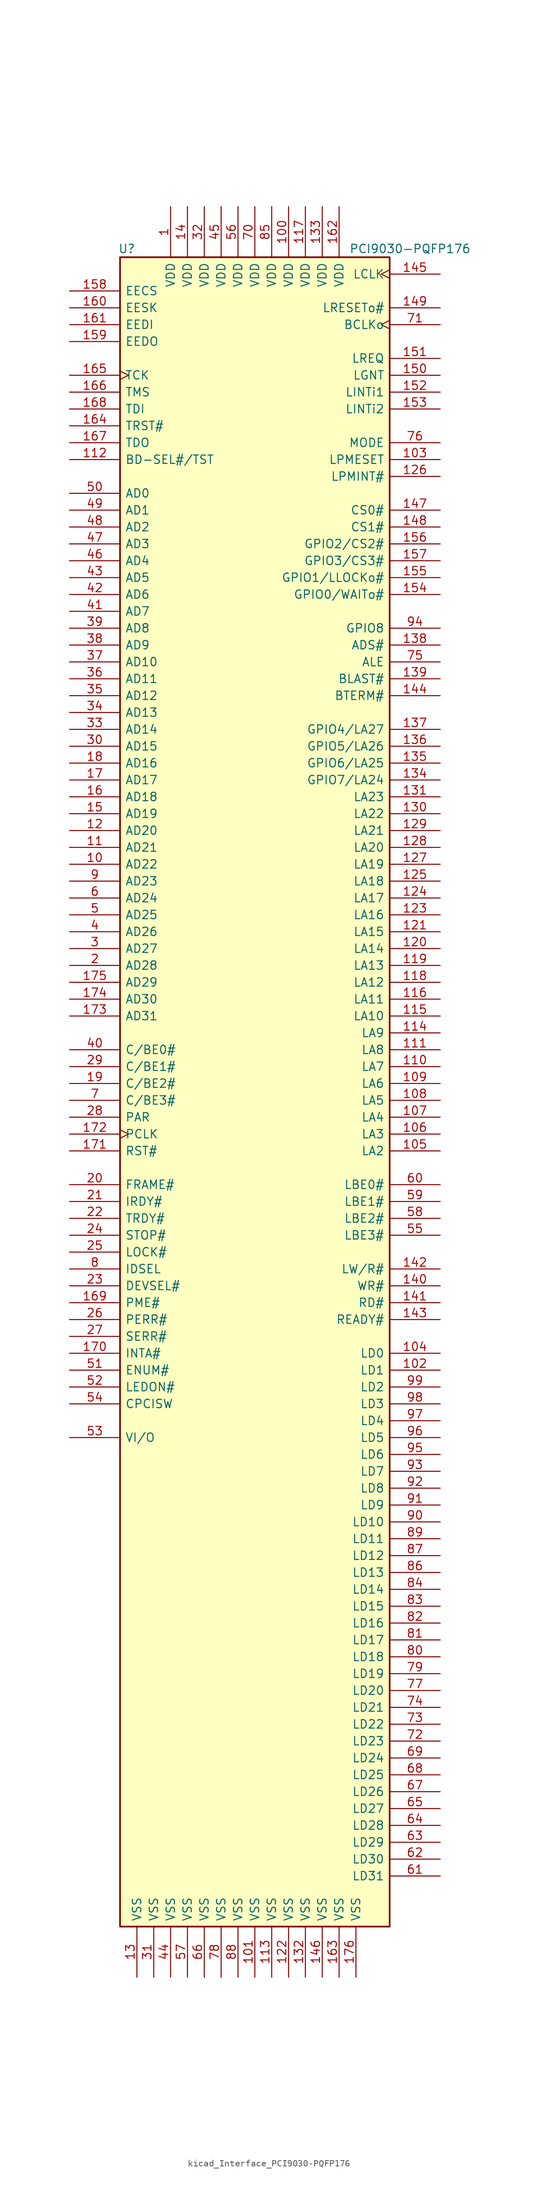
<source format=kicad_sym>
(kicad_symbol_lib
  (version 20220914)
  (generator kicad_symbol_editor)
  (symbol "kicad_Interface_PCI9030-PQFP176"
    (pin_names
      (offset 0.762))
    (property "Reference" "U"
      (at -19.304 125.73 0)
      (effects (font (size 1.27 1.27))))
    (property "Value" "PCI9030-PQFP176"
      (at 14.224 125.73 0)
      (effects (font (size 1.27 1.27)) (justify left)))
    (symbol "kicad_Interface_PCI9030-PQFP176_1_1"
      (rectangle (start 20.32 -127) (end -20.32 124.46) (stroke (width 0.254) (type default)) (fill (type background)))
      (pin power_in line (at -12.7 132.08 270) (length 7.62) (name "VDD" (effects (font (size 1.27 1.27)))) (number "1" (effects (font (size 1.27 1.27)))))
      (pin bidirectional line (at -27.94 33.02 0) (length 7.62) (name "AD22" (effects (font (size 1.27 1.27)))) (number "10" (effects (font (size 1.27 1.27)))))
      (pin power_in line (at 5.08 132.08 270) (length 7.62) (name "VDD" (effects (font (size 1.27 1.27)))) (number "100" (effects (font (size 1.27 1.27)))))
      (pin power_in line (at 0 -134.62 90) (length 7.62) (name "VSS" (effects (font (size 1.27 1.27)))) (number "101" (effects (font (size 1.27 1.27)))))
      (pin bidirectional line (at 27.94 -43.18 180) (length 7.62) (name "LD1" (effects (font (size 1.27 1.27)))) (number "102" (effects (font (size 1.27 1.27)))))
      (pin input line (at 27.94 93.98 180) (length 7.62) (name "LPMESET" (effects (font (size 1.27 1.27)))) (number "103" (effects (font (size 1.27 1.27)))))
      (pin bidirectional line (at 27.94 -40.64 180) (length 7.62) (name "LD0" (effects (font (size 1.27 1.27)))) (number "104" (effects (font (size 1.27 1.27)))))
      (pin output line (at 27.94 -10.16 180) (length 7.62) (name "LA2" (effects (font (size 1.27 1.27)))) (number "105" (effects (font (size 1.27 1.27)))))
      (pin output line (at 27.94 -7.62 180) (length 7.62) (name "LA3" (effects (font (size 1.27 1.27)))) (number "106" (effects (font (size 1.27 1.27)))))
      (pin output line (at 27.94 -5.08 180) (length 7.62) (name "LA4" (effects (font (size 1.27 1.27)))) (number "107" (effects (font (size 1.27 1.27)))))
      (pin output line (at 27.94 -2.54 180) (length 7.62) (name "LA5" (effects (font (size 1.27 1.27)))) (number "108" (effects (font (size 1.27 1.27)))))
      (pin output line (at 27.94 0 180) (length 7.62) (name "LA6" (effects (font (size 1.27 1.27)))) (number "109" (effects (font (size 1.27 1.27)))))
      (pin bidirectional line (at -27.94 35.56 0) (length 7.62) (name "AD21" (effects (font (size 1.27 1.27)))) (number "11" (effects (font (size 1.27 1.27)))))
      (pin output line (at 27.94 2.54 180) (length 7.62) (name "LA7" (effects (font (size 1.27 1.27)))) (number "110" (effects (font (size 1.27 1.27)))))
      (pin output line (at 27.94 5.08 180) (length 7.62) (name "LA8" (effects (font (size 1.27 1.27)))) (number "111" (effects (font (size 1.27 1.27)))))
      (pin input line (at -27.94 93.98 0) (length 7.62) (name "BD-SEL#/TST" (effects (font (size 1.27 1.27)))) (number "112" (effects (font (size 1.27 1.27)))))
      (pin power_in line (at 2.54 -134.62 90) (length 7.62) (name "VSS" (effects (font (size 1.27 1.27)))) (number "113" (effects (font (size 1.27 1.27)))))
      (pin output line (at 27.94 7.62 180) (length 7.62) (name "LA9" (effects (font (size 1.27 1.27)))) (number "114" (effects (font (size 1.27 1.27)))))
      (pin input line (at 27.94 10.16 180) (length 7.62) (name "LA10" (effects (font (size 1.27 1.27)))) (number "115" (effects (font (size 1.27 1.27)))))
      (pin output line (at 27.94 12.7 180) (length 7.62) (name "LA11" (effects (font (size 1.27 1.27)))) (number "116" (effects (font (size 1.27 1.27)))))
      (pin power_in line (at 7.62 132.08 270) (length 7.62) (name "VDD" (effects (font (size 1.27 1.27)))) (number "117" (effects (font (size 1.27 1.27)))))
      (pin output line (at 27.94 15.24 180) (length 7.62) (name "LA12" (effects (font (size 1.27 1.27)))) (number "118" (effects (font (size 1.27 1.27)))))
      (pin output line (at 27.94 17.78 180) (length 7.62) (name "LA13" (effects (font (size 1.27 1.27)))) (number "119" (effects (font (size 1.27 1.27)))))
      (pin bidirectional line (at -27.94 38.1 0) (length 7.62) (name "AD20" (effects (font (size 1.27 1.27)))) (number "12" (effects (font (size 1.27 1.27)))))
      (pin output line (at 27.94 20.32 180) (length 7.62) (name "LA14" (effects (font (size 1.27 1.27)))) (number "120" (effects (font (size 1.27 1.27)))))
      (pin output line (at 27.94 22.86 180) (length 7.62) (name "LA15" (effects (font (size 1.27 1.27)))) (number "121" (effects (font (size 1.27 1.27)))))
      (pin power_in line (at 5.08 -134.62 90) (length 7.62) (name "VSS" (effects (font (size 1.27 1.27)))) (number "122" (effects (font (size 1.27 1.27)))))
      (pin output line (at 27.94 25.4 180) (length 7.62) (name "LA16" (effects (font (size 1.27 1.27)))) (number "123" (effects (font (size 1.27 1.27)))))
      (pin output line (at 27.94 27.94 180) (length 7.62) (name "LA17" (effects (font (size 1.27 1.27)))) (number "124" (effects (font (size 1.27 1.27)))))
      (pin output line (at 27.94 30.48 180) (length 7.62) (name "LA18" (effects (font (size 1.27 1.27)))) (number "125" (effects (font (size 1.27 1.27)))))
      (pin output line (at 27.94 91.44 180) (length 7.62) (name "LPMINT#" (effects (font (size 1.27 1.27)))) (number "126" (effects (font (size 1.27 1.27)))))
      (pin output line (at 27.94 33.02 180) (length 7.62) (name "LA19" (effects (font (size 1.27 1.27)))) (number "127" (effects (font (size 1.27 1.27)))))
      (pin output line (at 27.94 35.56 180) (length 7.62) (name "LA20" (effects (font (size 1.27 1.27)))) (number "128" (effects (font (size 1.27 1.27)))))
      (pin output line (at 27.94 38.1 180) (length 7.62) (name "LA21" (effects (font (size 1.27 1.27)))) (number "129" (effects (font (size 1.27 1.27)))))
      (pin power_in line (at -17.78 -134.62 90) (length 7.62) (name "VSS" (effects (font (size 1.27 1.27)))) (number "13" (effects (font (size 1.27 1.27)))))
      (pin output line (at 27.94 40.64 180) (length 7.62) (name "LA22" (effects (font (size 1.27 1.27)))) (number "130" (effects (font (size 1.27 1.27)))))
      (pin output line (at 27.94 43.18 180) (length 7.62) (name "LA23" (effects (font (size 1.27 1.27)))) (number "131" (effects (font (size 1.27 1.27)))))
      (pin power_in line (at 7.62 -134.62 90) (length 7.62) (name "VSS" (effects (font (size 1.27 1.27)))) (number "132" (effects (font (size 1.27 1.27)))))
      (pin power_in line (at 10.16 132.08 270) (length 7.62) (name "VDD" (effects (font (size 1.27 1.27)))) (number "133" (effects (font (size 1.27 1.27)))))
      (pin bidirectional line (at 27.94 45.72 180) (length 7.62) (name "GPIO7/LA24" (effects (font (size 1.27 1.27)))) (number "134" (effects (font (size 1.27 1.27)))))
      (pin bidirectional line (at 27.94 48.26 180) (length 7.62) (name "GPIO6/LA25" (effects (font (size 1.27 1.27)))) (number "135" (effects (font (size 1.27 1.27)))))
      (pin bidirectional line (at 27.94 50.8 180) (length 7.62) (name "GPIO5/LA26" (effects (font (size 1.27 1.27)))) (number "136" (effects (font (size 1.27 1.27)))))
      (pin bidirectional line (at 27.94 53.34 180) (length 7.62) (name "GPIO4/LA27" (effects (font (size 1.27 1.27)))) (number "137" (effects (font (size 1.27 1.27)))))
      (pin output line (at 27.94 66.04 180) (length 7.62) (name "ADS#" (effects (font (size 1.27 1.27)))) (number "138" (effects (font (size 1.27 1.27)))))
      (pin output line (at 27.94 60.96 180) (length 7.62) (name "BLAST#" (effects (font (size 1.27 1.27)))) (number "139" (effects (font (size 1.27 1.27)))))
      (pin power_in line (at -10.16 132.08 270) (length 7.62) (name "VDD" (effects (font (size 1.27 1.27)))) (number "14" (effects (font (size 1.27 1.27)))))
      (pin output line (at 27.94 -30.48 180) (length 7.62) (name "WR#" (effects (font (size 1.27 1.27)))) (number "140" (effects (font (size 1.27 1.27)))))
      (pin output line (at 27.94 -33.02 180) (length 7.62) (name "RD#" (effects (font (size 1.27 1.27)))) (number "141" (effects (font (size 1.27 1.27)))))
      (pin output line (at 27.94 -27.94 180) (length 7.62) (name "LW/R#" (effects (font (size 1.27 1.27)))) (number "142" (effects (font (size 1.27 1.27)))))
      (pin input line (at 27.94 -35.56 180) (length 7.62) (name "READY#" (effects (font (size 1.27 1.27)))) (number "143" (effects (font (size 1.27 1.27)))))
      (pin input line (at 27.94 58.42 180) (length 7.62) (name "BTERM#" (effects (font (size 1.27 1.27)))) (number "144" (effects (font (size 1.27 1.27)))))
      (pin input clock (at 27.94 121.92 180) (length 7.62) (name "LCLK" (effects (font (size 1.27 1.27)))) (number "145" (effects (font (size 1.27 1.27)))))
      (pin power_in line (at 10.16 -134.62 90) (length 7.62) (name "VSS" (effects (font (size 1.27 1.27)))) (number "146" (effects (font (size 1.27 1.27)))))
      (pin output line (at 27.94 86.36 180) (length 7.62) (name "CS0#" (effects (font (size 1.27 1.27)))) (number "147" (effects (font (size 1.27 1.27)))))
      (pin output line (at 27.94 83.82 180) (length 7.62) (name "CS1#" (effects (font (size 1.27 1.27)))) (number "148" (effects (font (size 1.27 1.27)))))
      (pin output line (at 27.94 116.84 180) (length 7.62) (name "LRESETo#" (effects (font (size 1.27 1.27)))) (number "149" (effects (font (size 1.27 1.27)))))
      (pin bidirectional line (at -27.94 40.64 0) (length 7.62) (name "AD19" (effects (font (size 1.27 1.27)))) (number "15" (effects (font (size 1.27 1.27)))))
      (pin output line (at 27.94 106.68 180) (length 7.62) (name "LGNT" (effects (font (size 1.27 1.27)))) (number "150" (effects (font (size 1.27 1.27)))))
      (pin input line (at 27.94 109.22 180) (length 7.62) (name "LREQ" (effects (font (size 1.27 1.27)))) (number "151" (effects (font (size 1.27 1.27)))))
      (pin input line (at 27.94 104.14 180) (length 7.62) (name "LINTi1" (effects (font (size 1.27 1.27)))) (number "152" (effects (font (size 1.27 1.27)))))
      (pin input line (at 27.94 101.6 180) (length 7.62) (name "LINTi2" (effects (font (size 1.27 1.27)))) (number "153" (effects (font (size 1.27 1.27)))))
      (pin bidirectional line (at 27.94 73.66 180) (length 7.62) (name "GPIO0/WAITo#" (effects (font (size 1.27 1.27)))) (number "154" (effects (font (size 1.27 1.27)))))
      (pin bidirectional line (at 27.94 76.2 180) (length 7.62) (name "GPIO1/LLOCKo#" (effects (font (size 1.27 1.27)))) (number "155" (effects (font (size 1.27 1.27)))))
      (pin bidirectional line (at 27.94 81.28 180) (length 7.62) (name "GPIO2/CS2#" (effects (font (size 1.27 1.27)))) (number "156" (effects (font (size 1.27 1.27)))))
      (pin bidirectional line (at 27.94 78.74 180) (length 7.62) (name "GPIO3/CS3#" (effects (font (size 1.27 1.27)))) (number "157" (effects (font (size 1.27 1.27)))))
      (pin output line (at -27.94 119.38 0) (length 7.62) (name "EECS" (effects (font (size 1.27 1.27)))) (number "158" (effects (font (size 1.27 1.27)))))
      (pin input line (at -27.94 111.76 0) (length 7.62) (name "EEDO" (effects (font (size 1.27 1.27)))) (number "159" (effects (font (size 1.27 1.27)))))
      (pin bidirectional line (at -27.94 43.18 0) (length 7.62) (name "AD18" (effects (font (size 1.27 1.27)))) (number "16" (effects (font (size 1.27 1.27)))))
      (pin output line (at -27.94 116.84 0) (length 7.62) (name "EESK" (effects (font (size 1.27 1.27)))) (number "160" (effects (font (size 1.27 1.27)))))
      (pin output line (at -27.94 114.3 0) (length 7.62) (name "EEDI" (effects (font (size 1.27 1.27)))) (number "161" (effects (font (size 1.27 1.27)))))
      (pin power_in line (at 12.7 132.08 270) (length 7.62) (name "VDD" (effects (font (size 1.27 1.27)))) (number "162" (effects (font (size 1.27 1.27)))))
      (pin power_in line (at 12.7 -134.62 90) (length 7.62) (name "VSS" (effects (font (size 1.27 1.27)))) (number "163" (effects (font (size 1.27 1.27)))))
      (pin input line (at -27.94 99.06 0) (length 7.62) (name "TRST#" (effects (font (size 1.27 1.27)))) (number "164" (effects (font (size 1.27 1.27)))))
      (pin input clock (at -27.94 106.68 0) (length 7.62) (name "TCK" (effects (font (size 1.27 1.27)))) (number "165" (effects (font (size 1.27 1.27)))))
      (pin input line (at -27.94 104.14 0) (length 7.62) (name "TMS" (effects (font (size 1.27 1.27)))) (number "166" (effects (font (size 1.27 1.27)))))
      (pin output line (at -27.94 96.52 0) (length 7.62) (name "TDO" (effects (font (size 1.27 1.27)))) (number "167" (effects (font (size 1.27 1.27)))))
      (pin input line (at -27.94 101.6 0) (length 7.62) (name "TDI" (effects (font (size 1.27 1.27)))) (number "168" (effects (font (size 1.27 1.27)))))
      (pin output line (at -27.94 -33.02 0) (length 7.62) (name "PME#" (effects (font (size 1.27 1.27)))) (number "169" (effects (font (size 1.27 1.27)))))
      (pin bidirectional line (at -27.94 45.72 0) (length 7.62) (name "AD17" (effects (font (size 1.27 1.27)))) (number "17" (effects (font (size 1.27 1.27)))))
      (pin output line (at -27.94 -40.64 0) (length 7.62) (name "INTA#" (effects (font (size 1.27 1.27)))) (number "170" (effects (font (size 1.27 1.27)))))
      (pin input line (at -27.94 -10.16 0) (length 7.62) (name "RST#" (effects (font (size 1.27 1.27)))) (number "171" (effects (font (size 1.27 1.27)))))
      (pin input clock (at -27.94 -7.62 0) (length 7.62) (name "PCLK" (effects (font (size 1.27 1.27)))) (number "172" (effects (font (size 1.27 1.27)))))
      (pin bidirectional line (at -27.94 10.16 0) (length 7.62) (name "AD31" (effects (font (size 1.27 1.27)))) (number "173" (effects (font (size 1.27 1.27)))))
      (pin bidirectional line (at -27.94 12.7 0) (length 7.62) (name "AD30" (effects (font (size 1.27 1.27)))) (number "174" (effects (font (size 1.27 1.27)))))
      (pin bidirectional line (at -27.94 15.24 0) (length 7.62) (name "AD29" (effects (font (size 1.27 1.27)))) (number "175" (effects (font (size 1.27 1.27)))))
      (pin power_in line (at 15.24 -134.62 90) (length 7.62) (name "VSS" (effects (font (size 1.27 1.27)))) (number "176" (effects (font (size 1.27 1.27)))))
      (pin bidirectional line (at -27.94 48.26 0) (length 7.62) (name "AD16" (effects (font (size 1.27 1.27)))) (number "18" (effects (font (size 1.27 1.27)))))
      (pin bidirectional line (at -27.94 0 0) (length 7.62) (name "C/BE2#" (effects (font (size 1.27 1.27)))) (number "19" (effects (font (size 1.27 1.27)))))
      (pin bidirectional line (at -27.94 17.78 0) (length 7.62) (name "AD28" (effects (font (size 1.27 1.27)))) (number "2" (effects (font (size 1.27 1.27)))))
      (pin bidirectional line (at -27.94 -15.24 0) (length 7.62) (name "FRAME#" (effects (font (size 1.27 1.27)))) (number "20" (effects (font (size 1.27 1.27)))))
      (pin bidirectional line (at -27.94 -17.78 0) (length 7.62) (name "IRDY#" (effects (font (size 1.27 1.27)))) (number "21" (effects (font (size 1.27 1.27)))))
      (pin bidirectional line (at -27.94 -20.32 0) (length 7.62) (name "TRDY#" (effects (font (size 1.27 1.27)))) (number "22" (effects (font (size 1.27 1.27)))))
      (pin bidirectional line (at -27.94 -30.48 0) (length 7.62) (name "DEVSEL#" (effects (font (size 1.27 1.27)))) (number "23" (effects (font (size 1.27 1.27)))))
      (pin bidirectional line (at -27.94 -22.86 0) (length 7.62) (name "STOP#" (effects (font (size 1.27 1.27)))) (number "24" (effects (font (size 1.27 1.27)))))
      (pin input line (at -27.94 -25.4 0) (length 7.62) (name "LOCK#" (effects (font (size 1.27 1.27)))) (number "25" (effects (font (size 1.27 1.27)))))
      (pin output line (at -27.94 -35.56 0) (length 7.62) (name "PERR#" (effects (font (size 1.27 1.27)))) (number "26" (effects (font (size 1.27 1.27)))))
      (pin output line (at -27.94 -38.1 0) (length 7.62) (name "SERR#" (effects (font (size 1.27 1.27)))) (number "27" (effects (font (size 1.27 1.27)))))
      (pin bidirectional line (at -27.94 -5.08 0) (length 7.62) (name "PAR" (effects (font (size 1.27 1.27)))) (number "28" (effects (font (size 1.27 1.27)))))
      (pin bidirectional line (at -27.94 2.54 0) (length 7.62) (name "C/BE1#" (effects (font (size 1.27 1.27)))) (number "29" (effects (font (size 1.27 1.27)))))
      (pin bidirectional line (at -27.94 20.32 0) (length 7.62) (name "AD27" (effects (font (size 1.27 1.27)))) (number "3" (effects (font (size 1.27 1.27)))))
      (pin bidirectional line (at -27.94 50.8 0) (length 7.62) (name "AD15" (effects (font (size 1.27 1.27)))) (number "30" (effects (font (size 1.27 1.27)))))
      (pin power_in line (at -15.24 -134.62 90) (length 7.62) (name "VSS" (effects (font (size 1.27 1.27)))) (number "31" (effects (font (size 1.27 1.27)))))
      (pin power_in line (at -7.62 132.08 270) (length 7.62) (name "VDD" (effects (font (size 1.27 1.27)))) (number "32" (effects (font (size 1.27 1.27)))))
      (pin bidirectional line (at -27.94 53.34 0) (length 7.62) (name "AD14" (effects (font (size 1.27 1.27)))) (number "33" (effects (font (size 1.27 1.27)))))
      (pin bidirectional line (at -27.94 55.88 0) (length 7.62) (name "AD13" (effects (font (size 1.27 1.27)))) (number "34" (effects (font (size 1.27 1.27)))))
      (pin bidirectional line (at -27.94 58.42 0) (length 7.62) (name "AD12" (effects (font (size 1.27 1.27)))) (number "35" (effects (font (size 1.27 1.27)))))
      (pin bidirectional line (at -27.94 60.96 0) (length 7.62) (name "AD11" (effects (font (size 1.27 1.27)))) (number "36" (effects (font (size 1.27 1.27)))))
      (pin bidirectional line (at -27.94 63.5 0) (length 7.62) (name "AD10" (effects (font (size 1.27 1.27)))) (number "37" (effects (font (size 1.27 1.27)))))
      (pin bidirectional line (at -27.94 66.04 0) (length 7.62) (name "AD9" (effects (font (size 1.27 1.27)))) (number "38" (effects (font (size 1.27 1.27)))))
      (pin bidirectional line (at -27.94 68.58 0) (length 7.62) (name "AD8" (effects (font (size 1.27 1.27)))) (number "39" (effects (font (size 1.27 1.27)))))
      (pin bidirectional line (at -27.94 22.86 0) (length 7.62) (name "AD26" (effects (font (size 1.27 1.27)))) (number "4" (effects (font (size 1.27 1.27)))))
      (pin bidirectional line (at -27.94 5.08 0) (length 7.62) (name "C/BE0#" (effects (font (size 1.27 1.27)))) (number "40" (effects (font (size 1.27 1.27)))))
      (pin bidirectional line (at -27.94 71.12 0) (length 7.62) (name "AD7" (effects (font (size 1.27 1.27)))) (number "41" (effects (font (size 1.27 1.27)))))
      (pin bidirectional line (at -27.94 73.66 0) (length 7.62) (name "AD6" (effects (font (size 1.27 1.27)))) (number "42" (effects (font (size 1.27 1.27)))))
      (pin bidirectional line (at -27.94 76.2 0) (length 7.62) (name "AD5" (effects (font (size 1.27 1.27)))) (number "43" (effects (font (size 1.27 1.27)))))
      (pin power_in line (at -12.7 -134.62 90) (length 7.62) (name "VSS" (effects (font (size 1.27 1.27)))) (number "44" (effects (font (size 1.27 1.27)))))
      (pin power_in line (at -5.08 132.08 270) (length 7.62) (name "VDD" (effects (font (size 1.27 1.27)))) (number "45" (effects (font (size 1.27 1.27)))))
      (pin bidirectional line (at -27.94 78.74 0) (length 7.62) (name "AD4" (effects (font (size 1.27 1.27)))) (number "46" (effects (font (size 1.27 1.27)))))
      (pin bidirectional line (at -27.94 81.28 0) (length 7.62) (name "AD3" (effects (font (size 1.27 1.27)))) (number "47" (effects (font (size 1.27 1.27)))))
      (pin bidirectional line (at -27.94 83.82 0) (length 7.62) (name "AD2" (effects (font (size 1.27 1.27)))) (number "48" (effects (font (size 1.27 1.27)))))
      (pin bidirectional line (at -27.94 86.36 0) (length 7.62) (name "AD1" (effects (font (size 1.27 1.27)))) (number "49" (effects (font (size 1.27 1.27)))))
      (pin bidirectional line (at -27.94 25.4 0) (length 7.62) (name "AD25" (effects (font (size 1.27 1.27)))) (number "5" (effects (font (size 1.27 1.27)))))
      (pin bidirectional line (at -27.94 88.9 0) (length 7.62) (name "AD0" (effects (font (size 1.27 1.27)))) (number "50" (effects (font (size 1.27 1.27)))))
      (pin output line (at -27.94 -43.18 0) (length 7.62) (name "ENUM#" (effects (font (size 1.27 1.27)))) (number "51" (effects (font (size 1.27 1.27)))))
      (pin output line (at -27.94 -45.72 0) (length 7.62) (name "LEDON#" (effects (font (size 1.27 1.27)))) (number "52" (effects (font (size 1.27 1.27)))))
      (pin power_in line (at -27.94 -53.34 0) (length 7.62) (name "VI/O" (effects (font (size 1.27 1.27)))) (number "53" (effects (font (size 1.27 1.27)))))
      (pin input line (at -27.94 -48.26 0) (length 7.62) (name "CPCISW" (effects (font (size 1.27 1.27)))) (number "54" (effects (font (size 1.27 1.27)))))
      (pin output line (at 27.94 -22.86 180) (length 7.62) (name "LBE3#" (effects (font (size 1.27 1.27)))) (number "55" (effects (font (size 1.27 1.27)))))
      (pin power_in line (at -2.54 132.08 270) (length 7.62) (name "VDD" (effects (font (size 1.27 1.27)))) (number "56" (effects (font (size 1.27 1.27)))))
      (pin power_in line (at -10.16 -134.62 90) (length 7.62) (name "VSS" (effects (font (size 1.27 1.27)))) (number "57" (effects (font (size 1.27 1.27)))))
      (pin output line (at 27.94 -20.32 180) (length 7.62) (name "LBE2#" (effects (font (size 1.27 1.27)))) (number "58" (effects (font (size 1.27 1.27)))))
      (pin output line (at 27.94 -17.78 180) (length 7.62) (name "LBE1#" (effects (font (size 1.27 1.27)))) (number "59" (effects (font (size 1.27 1.27)))))
      (pin bidirectional line (at -27.94 27.94 0) (length 7.62) (name "AD24" (effects (font (size 1.27 1.27)))) (number "6" (effects (font (size 1.27 1.27)))))
      (pin output line (at 27.94 -15.24 180) (length 7.62) (name "LBE0#" (effects (font (size 1.27 1.27)))) (number "60" (effects (font (size 1.27 1.27)))))
      (pin bidirectional line (at 27.94 -119.38 180) (length 7.62) (name "LD31" (effects (font (size 1.27 1.27)))) (number "61" (effects (font (size 1.27 1.27)))))
      (pin bidirectional line (at 27.94 -116.84 180) (length 7.62) (name "LD30" (effects (font (size 1.27 1.27)))) (number "62" (effects (font (size 1.27 1.27)))))
      (pin bidirectional line (at 27.94 -114.3 180) (length 7.62) (name "LD29" (effects (font (size 1.27 1.27)))) (number "63" (effects (font (size 1.27 1.27)))))
      (pin bidirectional line (at 27.94 -111.76 180) (length 7.62) (name "LD28" (effects (font (size 1.27 1.27)))) (number "64" (effects (font (size 1.27 1.27)))))
      (pin bidirectional line (at 27.94 -109.22 180) (length 7.62) (name "LD27" (effects (font (size 1.27 1.27)))) (number "65" (effects (font (size 1.27 1.27)))))
      (pin power_in line (at -7.62 -134.62 90) (length 7.62) (name "VSS" (effects (font (size 1.27 1.27)))) (number "66" (effects (font (size 1.27 1.27)))))
      (pin bidirectional line (at 27.94 -106.68 180) (length 7.62) (name "LD26" (effects (font (size 1.27 1.27)))) (number "67" (effects (font (size 1.27 1.27)))))
      (pin bidirectional line (at 27.94 -104.14 180) (length 7.62) (name "LD25" (effects (font (size 1.27 1.27)))) (number "68" (effects (font (size 1.27 1.27)))))
      (pin bidirectional line (at 27.94 -101.6 180) (length 7.62) (name "LD24" (effects (font (size 1.27 1.27)))) (number "69" (effects (font (size 1.27 1.27)))))
      (pin bidirectional line (at -27.94 -2.54 0) (length 7.62) (name "C/BE3#" (effects (font (size 1.27 1.27)))) (number "7" (effects (font (size 1.27 1.27)))))
      (pin power_in line (at 0 132.08 270) (length 7.62) (name "VDD" (effects (font (size 1.27 1.27)))) (number "70" (effects (font (size 1.27 1.27)))))
      (pin output clock (at 27.94 114.3 180) (length 7.62) (name "BCLKo" (effects (font (size 1.27 1.27)))) (number "71" (effects (font (size 1.27 1.27)))))
      (pin bidirectional line (at 27.94 -99.06 180) (length 7.62) (name "LD23" (effects (font (size 1.27 1.27)))) (number "72" (effects (font (size 1.27 1.27)))))
      (pin bidirectional line (at 27.94 -96.52 180) (length 7.62) (name "LD22" (effects (font (size 1.27 1.27)))) (number "73" (effects (font (size 1.27 1.27)))))
      (pin bidirectional line (at 27.94 -93.98 180) (length 7.62) (name "LD21" (effects (font (size 1.27 1.27)))) (number "74" (effects (font (size 1.27 1.27)))))
      (pin output line (at 27.94 63.5 180) (length 7.62) (name "ALE" (effects (font (size 1.27 1.27)))) (number "75" (effects (font (size 1.27 1.27)))))
      (pin input line (at 27.94 96.52 180) (length 7.62) (name "MODE" (effects (font (size 1.27 1.27)))) (number "76" (effects (font (size 1.27 1.27)))))
      (pin bidirectional line (at 27.94 -91.44 180) (length 7.62) (name "LD20" (effects (font (size 1.27 1.27)))) (number "77" (effects (font (size 1.27 1.27)))))
      (pin power_in line (at -5.08 -134.62 90) (length 7.62) (name "VSS" (effects (font (size 1.27 1.27)))) (number "78" (effects (font (size 1.27 1.27)))))
      (pin bidirectional line (at 27.94 -88.9 180) (length 7.62) (name "LD19" (effects (font (size 1.27 1.27)))) (number "79" (effects (font (size 1.27 1.27)))))
      (pin input line (at -27.94 -27.94 0) (length 7.62) (name "IDSEL" (effects (font (size 1.27 1.27)))) (number "8" (effects (font (size 1.27 1.27)))))
      (pin bidirectional line (at 27.94 -86.36 180) (length 7.62) (name "LD18" (effects (font (size 1.27 1.27)))) (number "80" (effects (font (size 1.27 1.27)))))
      (pin bidirectional line (at 27.94 -83.82 180) (length 7.62) (name "LD17" (effects (font (size 1.27 1.27)))) (number "81" (effects (font (size 1.27 1.27)))))
      (pin bidirectional line (at 27.94 -81.28 180) (length 7.62) (name "LD16" (effects (font (size 1.27 1.27)))) (number "82" (effects (font (size 1.27 1.27)))))
      (pin bidirectional line (at 27.94 -78.74 180) (length 7.62) (name "LD15" (effects (font (size 1.27 1.27)))) (number "83" (effects (font (size 1.27 1.27)))))
      (pin bidirectional line (at 27.94 -76.2 180) (length 7.62) (name "LD14" (effects (font (size 1.27 1.27)))) (number "84" (effects (font (size 1.27 1.27)))))
      (pin power_in line (at 2.54 132.08 270) (length 7.62) (name "VDD" (effects (font (size 1.27 1.27)))) (number "85" (effects (font (size 1.27 1.27)))))
      (pin bidirectional line (at 27.94 -73.66 180) (length 7.62) (name "LD13" (effects (font (size 1.27 1.27)))) (number "86" (effects (font (size 1.27 1.27)))))
      (pin bidirectional line (at 27.94 -71.12 180) (length 7.62) (name "LD12" (effects (font (size 1.27 1.27)))) (number "87" (effects (font (size 1.27 1.27)))))
      (pin power_in line (at -2.54 -134.62 90) (length 7.62) (name "VSS" (effects (font (size 1.27 1.27)))) (number "88" (effects (font (size 1.27 1.27)))))
      (pin bidirectional line (at 27.94 -68.58 180) (length 7.62) (name "LD11" (effects (font (size 1.27 1.27)))) (number "89" (effects (font (size 1.27 1.27)))))
      (pin bidirectional line (at -27.94 30.48 0) (length 7.62) (name "AD23" (effects (font (size 1.27 1.27)))) (number "9" (effects (font (size 1.27 1.27)))))
      (pin bidirectional line (at 27.94 -66.04 180) (length 7.62) (name "LD10" (effects (font (size 1.27 1.27)))) (number "90" (effects (font (size 1.27 1.27)))))
      (pin bidirectional line (at 27.94 -63.5 180) (length 7.62) (name "LD9" (effects (font (size 1.27 1.27)))) (number "91" (effects (font (size 1.27 1.27)))))
      (pin bidirectional line (at 27.94 -60.96 180) (length 7.62) (name "LD8" (effects (font (size 1.27 1.27)))) (number "92" (effects (font (size 1.27 1.27)))))
      (pin bidirectional line (at 27.94 -58.42 180) (length 7.62) (name "LD7" (effects (font (size 1.27 1.27)))) (number "93" (effects (font (size 1.27 1.27)))))
      (pin bidirectional line (at 27.94 68.58 180) (length 7.62) (name "GPIO8" (effects (font (size 1.27 1.27)))) (number "94" (effects (font (size 1.27 1.27)))))
      (pin bidirectional line (at 27.94 -55.88 180) (length 7.62) (name "LD6" (effects (font (size 1.27 1.27)))) (number "95" (effects (font (size 1.27 1.27)))))
      (pin bidirectional line (at 27.94 -53.34 180) (length 7.62) (name "LD5" (effects (font (size 1.27 1.27)))) (number "96" (effects (font (size 1.27 1.27)))))
      (pin bidirectional line (at 27.94 -50.8 180) (length 7.62) (name "LD4" (effects (font (size 1.27 1.27)))) (number "97" (effects (font (size 1.27 1.27)))))
      (pin bidirectional line (at 27.94 -48.26 180) (length 7.62) (name "LD3" (effects (font (size 1.27 1.27)))) (number "98" (effects (font (size 1.27 1.27)))))
      (pin bidirectional line (at 27.94 -45.72 180) (length 7.62) (name "LD2" (effects (font (size 1.27 1.27)))) (number "99" (effects (font (size 1.27 1.27))))))))
</source>
